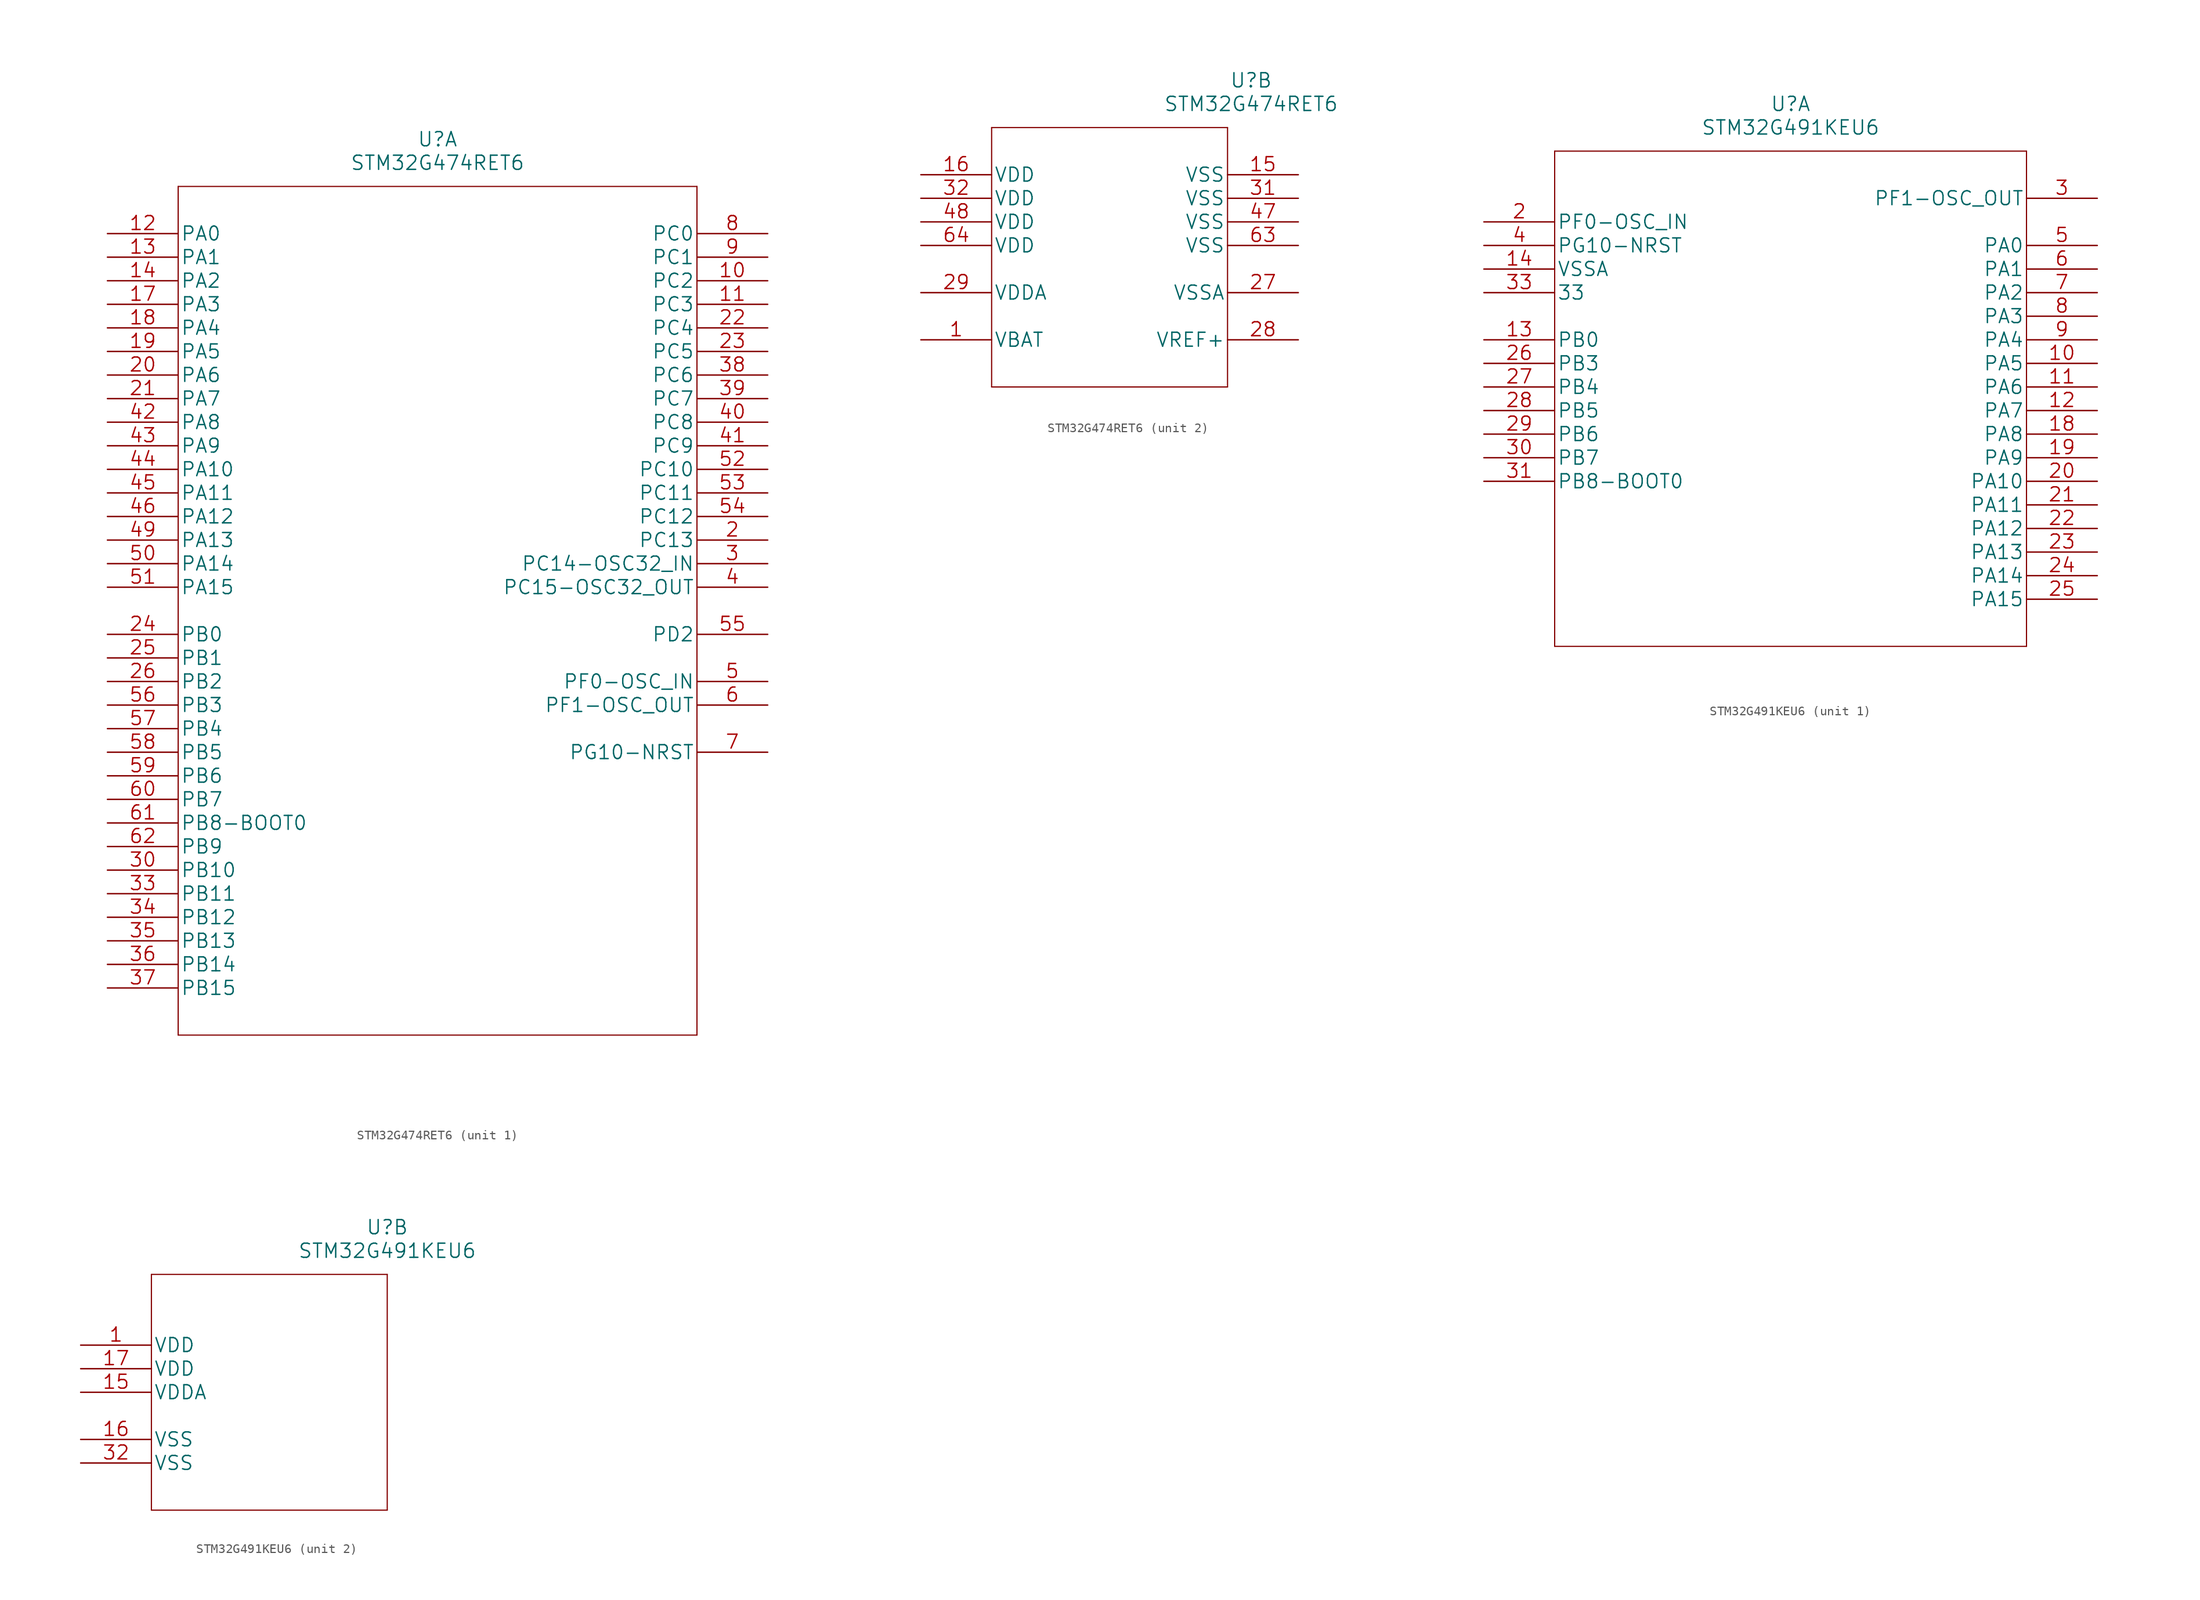
<source format=kicad_sym>
(kicad_symbol_lib
  (version 20231120)
  (generator "kicad_symbol_editor")
  (generator_version "8.0")
  (symbol "STM32G474RET6"
    (pin_names
      (offset 0.254))
    (property "Reference" "U"
      (at 35.56 10.16 0)
      (effects (font (size 1.524 1.524))))
    (property "Value" "STM32G474RET6"
      (at 35.56 7.62 0)
      (effects (font (size 1.524 1.524))))
    (property "Datasheet" ""
      (at 0 0 0)
      (effects (font (size 1.524 1.524))))
    (symbol "STM32G474RET6_1_1"
      (polyline (pts (xy 7.62 -86.36) (xy 63.5 -86.36)) (stroke (width 0.127) (type default)) (fill (type none)))
      (polyline (pts (xy 7.62 5.08) (xy 7.62 -86.36)) (stroke (width 0.127) (type default)) (fill (type none)))
      (polyline (pts (xy 63.5 -86.36) (xy 63.5 5.08)) (stroke (width 0.127) (type default)) (fill (type none)))
      (polyline (pts (xy 63.5 5.08) (xy 7.62 5.08)) (stroke (width 0.127) (type default)) (fill (type none)))
      (pin bidirectional line (at 71.12 -5.08 180) (length 7.62) (name "PC2" (effects (font (size 1.499 1.499)))) (number "10" (effects (font (size 1.499 1.499)))))
      (pin bidirectional line (at 71.12 -7.62 180) (length 7.62) (name "PC3" (effects (font (size 1.499 1.499)))) (number "11" (effects (font (size 1.499 1.499)))))
      (pin bidirectional line (at 0 0 0) (length 7.62) (name "PA0" (effects (font (size 1.499 1.499)))) (number "12" (effects (font (size 1.499 1.499)))))
      (pin bidirectional line (at 0 -2.54 0) (length 7.62) (name "PA1" (effects (font (size 1.499 1.499)))) (number "13" (effects (font (size 1.499 1.499)))))
      (pin bidirectional line (at 0 -5.08 0) (length 7.62) (name "PA2" (effects (font (size 1.499 1.499)))) (number "14" (effects (font (size 1.499 1.499)))))
      (pin bidirectional line (at 0 -7.62 0) (length 7.62) (name "PA3" (effects (font (size 1.499 1.499)))) (number "17" (effects (font (size 1.499 1.499)))))
      (pin bidirectional line (at 0 -10.16 0) (length 7.62) (name "PA4" (effects (font (size 1.499 1.499)))) (number "18" (effects (font (size 1.499 1.499)))))
      (pin bidirectional line (at 0 -12.7 0) (length 7.62) (name "PA5" (effects (font (size 1.499 1.499)))) (number "19" (effects (font (size 1.499 1.499)))))
      (pin bidirectional line (at 71.12 -33.02 180) (length 7.62) (name "PC13" (effects (font (size 1.499 1.499)))) (number "2" (effects (font (size 1.499 1.499)))))
      (pin bidirectional line (at 0 -15.24 0) (length 7.62) (name "PA6" (effects (font (size 1.499 1.499)))) (number "20" (effects (font (size 1.499 1.499)))))
      (pin bidirectional line (at 0 -17.78 0) (length 7.62) (name "PA7" (effects (font (size 1.499 1.499)))) (number "21" (effects (font (size 1.499 1.499)))))
      (pin bidirectional line (at 71.12 -10.16 180) (length 7.62) (name "PC4" (effects (font (size 1.499 1.499)))) (number "22" (effects (font (size 1.499 1.499)))))
      (pin bidirectional line (at 71.12 -12.7 180) (length 7.62) (name "PC5" (effects (font (size 1.499 1.499)))) (number "23" (effects (font (size 1.499 1.499)))))
      (pin bidirectional line (at 0 -43.18 0) (length 7.62) (name "PB0" (effects (font (size 1.499 1.499)))) (number "24" (effects (font (size 1.499 1.499)))))
      (pin bidirectional line (at 0 -45.72 0) (length 7.62) (name "PB1" (effects (font (size 1.499 1.499)))) (number "25" (effects (font (size 1.499 1.499)))))
      (pin bidirectional line (at 0 -48.26 0) (length 7.62) (name "PB2" (effects (font (size 1.499 1.499)))) (number "26" (effects (font (size 1.499 1.499)))))
      (pin bidirectional line (at 71.12 -35.56 180) (length 7.62) (name "PC14-OSC32_IN" (effects (font (size 1.499 1.499)))) (number "3" (effects (font (size 1.499 1.499)))))
      (pin bidirectional line (at 0 -68.58 0) (length 7.62) (name "PB10" (effects (font (size 1.499 1.499)))) (number "30" (effects (font (size 1.499 1.499)))))
      (pin bidirectional line (at 0 -71.12 0) (length 7.62) (name "PB11" (effects (font (size 1.499 1.499)))) (number "33" (effects (font (size 1.499 1.499)))))
      (pin bidirectional line (at 0 -73.66 0) (length 7.62) (name "PB12" (effects (font (size 1.499 1.499)))) (number "34" (effects (font (size 1.499 1.499)))))
      (pin bidirectional line (at 0 -76.2 0) (length 7.62) (name "PB13" (effects (font (size 1.499 1.499)))) (number "35" (effects (font (size 1.499 1.499)))))
      (pin bidirectional line (at 0 -78.74 0) (length 7.62) (name "PB14" (effects (font (size 1.499 1.499)))) (number "36" (effects (font (size 1.499 1.499)))))
      (pin bidirectional line (at 0 -81.28 0) (length 7.62) (name "PB15" (effects (font (size 1.499 1.499)))) (number "37" (effects (font (size 1.499 1.499)))))
      (pin bidirectional line (at 71.12 -15.24 180) (length 7.62) (name "PC6" (effects (font (size 1.499 1.499)))) (number "38" (effects (font (size 1.499 1.499)))))
      (pin bidirectional line (at 71.12 -17.78 180) (length 7.62) (name "PC7" (effects (font (size 1.499 1.499)))) (number "39" (effects (font (size 1.499 1.499)))))
      (pin bidirectional line (at 71.12 -38.1 180) (length 7.62) (name "PC15-OSC32_OUT" (effects (font (size 1.499 1.499)))) (number "4" (effects (font (size 1.499 1.499)))))
      (pin bidirectional line (at 71.12 -20.32 180) (length 7.62) (name "PC8" (effects (font (size 1.499 1.499)))) (number "40" (effects (font (size 1.499 1.499)))))
      (pin bidirectional line (at 71.12 -22.86 180) (length 7.62) (name "PC9" (effects (font (size 1.499 1.499)))) (number "41" (effects (font (size 1.499 1.499)))))
      (pin bidirectional line (at 0 -20.32 0) (length 7.62) (name "PA8" (effects (font (size 1.499 1.499)))) (number "42" (effects (font (size 1.499 1.499)))))
      (pin bidirectional line (at 0 -22.86 0) (length 7.62) (name "PA9" (effects (font (size 1.499 1.499)))) (number "43" (effects (font (size 1.499 1.499)))))
      (pin bidirectional line (at 0 -25.4 0) (length 7.62) (name "PA10" (effects (font (size 1.499 1.499)))) (number "44" (effects (font (size 1.499 1.499)))))
      (pin bidirectional line (at 0 -27.94 0) (length 7.62) (name "PA11" (effects (font (size 1.499 1.499)))) (number "45" (effects (font (size 1.499 1.499)))))
      (pin bidirectional line (at 0 -30.48 0) (length 7.62) (name "PA12" (effects (font (size 1.499 1.499)))) (number "46" (effects (font (size 1.499 1.499)))))
      (pin bidirectional line (at 0 -33.02 0) (length 7.62) (name "PA13" (effects (font (size 1.499 1.499)))) (number "49" (effects (font (size 1.499 1.499)))))
      (pin bidirectional line (at 71.12 -48.26 180) (length 7.62) (name "PF0-OSC_IN" (effects (font (size 1.499 1.499)))) (number "5" (effects (font (size 1.499 1.499)))))
      (pin bidirectional line (at 0 -35.56 0) (length 7.62) (name "PA14" (effects (font (size 1.499 1.499)))) (number "50" (effects (font (size 1.499 1.499)))))
      (pin bidirectional line (at 0 -38.1 0) (length 7.62) (name "PA15" (effects (font (size 1.499 1.499)))) (number "51" (effects (font (size 1.499 1.499)))))
      (pin bidirectional line (at 71.12 -25.4 180) (length 7.62) (name "PC10" (effects (font (size 1.499 1.499)))) (number "52" (effects (font (size 1.499 1.499)))))
      (pin bidirectional line (at 71.12 -27.94 180) (length 7.62) (name "PC11" (effects (font (size 1.499 1.499)))) (number "53" (effects (font (size 1.499 1.499)))))
      (pin bidirectional line (at 71.12 -30.48 180) (length 7.62) (name "PC12" (effects (font (size 1.499 1.499)))) (number "54" (effects (font (size 1.499 1.499)))))
      (pin bidirectional line (at 71.12 -43.18 180) (length 7.62) (name "PD2" (effects (font (size 1.499 1.499)))) (number "55" (effects (font (size 1.499 1.499)))))
      (pin bidirectional line (at 0 -50.8 0) (length 7.62) (name "PB3" (effects (font (size 1.499 1.499)))) (number "56" (effects (font (size 1.499 1.499)))))
      (pin bidirectional line (at 0 -53.34 0) (length 7.62) (name "PB4" (effects (font (size 1.499 1.499)))) (number "57" (effects (font (size 1.499 1.499)))))
      (pin bidirectional line (at 0 -55.88 0) (length 7.62) (name "PB5" (effects (font (size 1.499 1.499)))) (number "58" (effects (font (size 1.499 1.499)))))
      (pin bidirectional line (at 0 -58.42 0) (length 7.62) (name "PB6" (effects (font (size 1.499 1.499)))) (number "59" (effects (font (size 1.499 1.499)))))
      (pin bidirectional line (at 71.12 -50.8 180) (length 7.62) (name "PF1-OSC_OUT" (effects (font (size 1.499 1.499)))) (number "6" (effects (font (size 1.499 1.499)))))
      (pin bidirectional line (at 0 -60.96 0) (length 7.62) (name "PB7" (effects (font (size 1.499 1.499)))) (number "60" (effects (font (size 1.499 1.499)))))
      (pin bidirectional line (at 0 -63.5 0) (length 7.62) (name "PB8-BOOT0" (effects (font (size 1.499 1.499)))) (number "61" (effects (font (size 1.499 1.499)))))
      (pin bidirectional line (at 0 -66.04 0) (length 7.62) (name "PB9" (effects (font (size 1.499 1.499)))) (number "62" (effects (font (size 1.499 1.499)))))
      (pin bidirectional line (at 71.12 -55.88 180) (length 7.62) (name "PG10-NRST" (effects (font (size 1.499 1.499)))) (number "7" (effects (font (size 1.499 1.499)))))
      (pin bidirectional line (at 71.12 0 180) (length 7.62) (name "PC0" (effects (font (size 1.499 1.499)))) (number "8" (effects (font (size 1.499 1.499)))))
      (pin bidirectional line (at 71.12 -2.54 180) (length 7.62) (name "PC1" (effects (font (size 1.499 1.499)))) (number "9" (effects (font (size 1.499 1.499))))))
    (symbol "STM32G474RET6_2_1"
      (polyline (pts (xy 7.62 -22.86) (xy 33.02 -22.86)) (stroke (width 0.127) (type default)) (fill (type none)))
      (polyline (pts (xy 7.62 5.08) (xy 7.62 -22.86)) (stroke (width 0.127) (type default)) (fill (type none)))
      (polyline (pts (xy 33.02 -22.86) (xy 33.02 5.08)) (stroke (width 0.127) (type default)) (fill (type none)))
      (polyline (pts (xy 33.02 5.08) (xy 7.62 5.08)) (stroke (width 0.127) (type default)) (fill (type none)))
      (pin power_in line (at 0 -17.78 0) (length 7.62) (name "VBAT" (effects (font (size 1.499 1.499)))) (number "1" (effects (font (size 1.499 1.499)))))
      (pin power_in line (at 40.64 0 180) (length 7.62) (name "VSS" (effects (font (size 1.499 1.499)))) (number "15" (effects (font (size 1.499 1.499)))))
      (pin power_in line (at 0 0 0) (length 7.62) (name "VDD" (effects (font (size 1.499 1.499)))) (number "16" (effects (font (size 1.499 1.499)))))
      (pin power_in line (at 40.64 -12.7 180) (length 7.62) (name "VSSA" (effects (font (size 1.499 1.499)))) (number "27" (effects (font (size 1.499 1.499)))))
      (pin power_in line (at 40.64 -17.78 180) (length 7.62) (name "VREF+" (effects (font (size 1.499 1.499)))) (number "28" (effects (font (size 1.499 1.499)))))
      (pin power_in line (at 0 -12.7 0) (length 7.62) (name "VDDA" (effects (font (size 1.499 1.499)))) (number "29" (effects (font (size 1.499 1.499)))))
      (pin power_in line (at 40.64 -2.54 180) (length 7.62) (name "VSS" (effects (font (size 1.499 1.499)))) (number "31" (effects (font (size 1.499 1.499)))))
      (pin power_in line (at 0 -2.54 0) (length 7.62) (name "VDD" (effects (font (size 1.499 1.499)))) (number "32" (effects (font (size 1.499 1.499)))))
      (pin power_in line (at 40.64 -5.08 180) (length 7.62) (name "VSS" (effects (font (size 1.499 1.499)))) (number "47" (effects (font (size 1.499 1.499)))))
      (pin power_in line (at 0 -5.08 0) (length 7.62) (name "VDD" (effects (font (size 1.499 1.499)))) (number "48" (effects (font (size 1.499 1.499)))))
      (pin power_in line (at 40.64 -7.62 180) (length 7.62) (name "VSS" (effects (font (size 1.499 1.499)))) (number "63" (effects (font (size 1.499 1.499)))))
      (pin power_in line (at 0 -7.62 0) (length 7.62) (name "VDD" (effects (font (size 1.499 1.499)))) (number "64" (effects (font (size 1.499 1.499)))))))
  (symbol "STM32G491KEU6"
    (pin_names
      (offset 0.254))
    (property "Reference" "U"
      (at 33.02 12.7 0)
      (effects (font (size 1.524 1.524))))
    (property "Value" "STM32G491KEU6"
      (at 33.02 10.16 0)
      (effects (font (size 1.524 1.524))))
    (property "Datasheet" ""
      (at 0 0 0)
      (effects (font (size 1.524 1.524))))
    (property "ki_locked" ""
      (at 0 0 0)
      (effects (font (size 1.27 1.27))))
    (symbol "STM32G491KEU6_1_1"
      (polyline (pts (xy 7.62 -45.72) (xy 58.42 -45.72)) (stroke (width 0.127) (type default)) (fill (type none)))
      (polyline (pts (xy 7.62 7.62) (xy 7.62 -45.72)) (stroke (width 0.127) (type default)) (fill (type none)))
      (polyline (pts (xy 58.42 -45.72) (xy 58.42 7.62)) (stroke (width 0.127) (type default)) (fill (type none)))
      (polyline (pts (xy 58.42 7.62) (xy 7.62 7.62)) (stroke (width 0.127) (type default)) (fill (type none)))
      (pin bidirectional line (at 66.04 -15.24 180) (length 7.62) (name "PA5" (effects (font (size 1.499 1.499)))) (number "10" (effects (font (size 1.499 1.499)))))
      (pin bidirectional line (at 66.04 -17.78 180) (length 7.62) (name "PA6" (effects (font (size 1.499 1.499)))) (number "11" (effects (font (size 1.499 1.499)))))
      (pin bidirectional line (at 66.04 -20.32 180) (length 7.62) (name "PA7" (effects (font (size 1.499 1.499)))) (number "12" (effects (font (size 1.499 1.499)))))
      (pin bidirectional line (at 0 -12.7 0) (length 7.62) (name "PB0" (effects (font (size 1.499 1.499)))) (number "13" (effects (font (size 1.499 1.499)))))
      (pin unspecified line (at 0 -5.08 0) (length 7.62) (name "VSSA" (effects (font (size 1.499 1.499)))) (number "14" (effects (font (size 1.499 1.499)))))
      (pin bidirectional line (at 66.04 -22.86 180) (length 7.62) (name "PA8" (effects (font (size 1.499 1.499)))) (number "18" (effects (font (size 1.499 1.499)))))
      (pin bidirectional line (at 66.04 -25.4 180) (length 7.62) (name "PA9" (effects (font (size 1.499 1.499)))) (number "19" (effects (font (size 1.499 1.499)))))
      (pin bidirectional line (at 0 0 0) (length 7.62) (name "PF0-OSC_IN" (effects (font (size 1.499 1.499)))) (number "2" (effects (font (size 1.499 1.499)))))
      (pin bidirectional line (at 66.04 -27.94 180) (length 7.62) (name "PA10" (effects (font (size 1.499 1.499)))) (number "20" (effects (font (size 1.499 1.499)))))
      (pin bidirectional line (at 66.04 -30.48 180) (length 7.62) (name "PA11" (effects (font (size 1.499 1.499)))) (number "21" (effects (font (size 1.499 1.499)))))
      (pin bidirectional line (at 66.04 -33.02 180) (length 7.62) (name "PA12" (effects (font (size 1.499 1.499)))) (number "22" (effects (font (size 1.499 1.499)))))
      (pin bidirectional line (at 66.04 -35.56 180) (length 7.62) (name "PA13" (effects (font (size 1.499 1.499)))) (number "23" (effects (font (size 1.499 1.499)))))
      (pin bidirectional line (at 66.04 -38.1 180) (length 7.62) (name "PA14" (effects (font (size 1.499 1.499)))) (number "24" (effects (font (size 1.499 1.499)))))
      (pin bidirectional line (at 66.04 -40.64 180) (length 7.62) (name "PA15" (effects (font (size 1.499 1.499)))) (number "25" (effects (font (size 1.499 1.499)))))
      (pin bidirectional line (at 0 -15.24 0) (length 7.62) (name "PB3" (effects (font (size 1.499 1.499)))) (number "26" (effects (font (size 1.499 1.499)))))
      (pin bidirectional line (at 0 -17.78 0) (length 7.62) (name "PB4" (effects (font (size 1.499 1.499)))) (number "27" (effects (font (size 1.499 1.499)))))
      (pin bidirectional line (at 0 -20.32 0) (length 7.62) (name "PB5" (effects (font (size 1.499 1.499)))) (number "28" (effects (font (size 1.499 1.499)))))
      (pin bidirectional line (at 0 -22.86 0) (length 7.62) (name "PB6" (effects (font (size 1.499 1.499)))) (number "29" (effects (font (size 1.499 1.499)))))
      (pin output line (at 66.04 2.54 180) (length 7.62) (name "PF1-OSC_OUT" (effects (font (size 1.499 1.499)))) (number "3" (effects (font (size 1.499 1.499)))))
      (pin bidirectional line (at 0 -25.4 0) (length 7.62) (name "PB7" (effects (font (size 1.499 1.499)))) (number "30" (effects (font (size 1.499 1.499)))))
      (pin bidirectional line (at 0 -27.94 0) (length 7.62) (name "PB8-BOOT0" (effects (font (size 1.499 1.499)))) (number "31" (effects (font (size 1.499 1.499)))))
      (pin unspecified line (at 0 -7.62 0) (length 7.62) (name "33" (effects (font (size 1.499 1.499)))) (number "33" (effects (font (size 1.499 1.499)))))
      (pin unspecified line (at 0 -2.54 0) (length 7.62) (name "PG10-NRST" (effects (font (size 1.499 1.499)))) (number "4" (effects (font (size 1.499 1.499)))))
      (pin bidirectional line (at 66.04 -2.54 180) (length 7.62) (name "PA0" (effects (font (size 1.499 1.499)))) (number "5" (effects (font (size 1.499 1.499)))))
      (pin bidirectional line (at 66.04 -5.08 180) (length 7.62) (name "PA1" (effects (font (size 1.499 1.499)))) (number "6" (effects (font (size 1.499 1.499)))))
      (pin bidirectional line (at 66.04 -7.62 180) (length 7.62) (name "PA2" (effects (font (size 1.499 1.499)))) (number "7" (effects (font (size 1.499 1.499)))))
      (pin bidirectional line (at 66.04 -10.16 180) (length 7.62) (name "PA3" (effects (font (size 1.499 1.499)))) (number "8" (effects (font (size 1.499 1.499)))))
      (pin bidirectional line (at 66.04 -12.7 180) (length 7.62) (name "PA4" (effects (font (size 1.499 1.499)))) (number "9" (effects (font (size 1.499 1.499))))))
    (symbol "STM32G491KEU6_2_1"
      (polyline (pts (xy 7.62 -17.78) (xy 33.02 -17.78)) (stroke (width 0.127) (type default)) (fill (type none)))
      (polyline (pts (xy 7.62 7.62) (xy 7.62 -17.78)) (stroke (width 0.127) (type default)) (fill (type none)))
      (polyline (pts (xy 33.02 -17.78) (xy 33.02 7.62)) (stroke (width 0.127) (type default)) (fill (type none)))
      (polyline (pts (xy 33.02 7.62) (xy 7.62 7.62)) (stroke (width 0.127) (type default)) (fill (type none)))
      (pin power_in line (at 0 0 0) (length 7.62) (name "VDD" (effects (font (size 1.499 1.499)))) (number "1" (effects (font (size 1.499 1.499)))))
      (pin power_in line (at 0 -5.08 0) (length 7.62) (name "VDDA" (effects (font (size 1.499 1.499)))) (number "15" (effects (font (size 1.499 1.499)))))
      (pin power_in line (at 0 -10.16 0) (length 7.62) (name "VSS" (effects (font (size 1.499 1.499)))) (number "16" (effects (font (size 1.499 1.499)))))
      (pin power_in line (at 0 -2.54 0) (length 7.62) (name "VDD" (effects (font (size 1.499 1.499)))) (number "17" (effects (font (size 1.499 1.499)))))
      (pin power_in line (at 0 -12.7 0) (length 7.62) (name "VSS" (effects (font (size 1.499 1.499)))) (number "32" (effects (font (size 1.499 1.499))))))))
</source>
